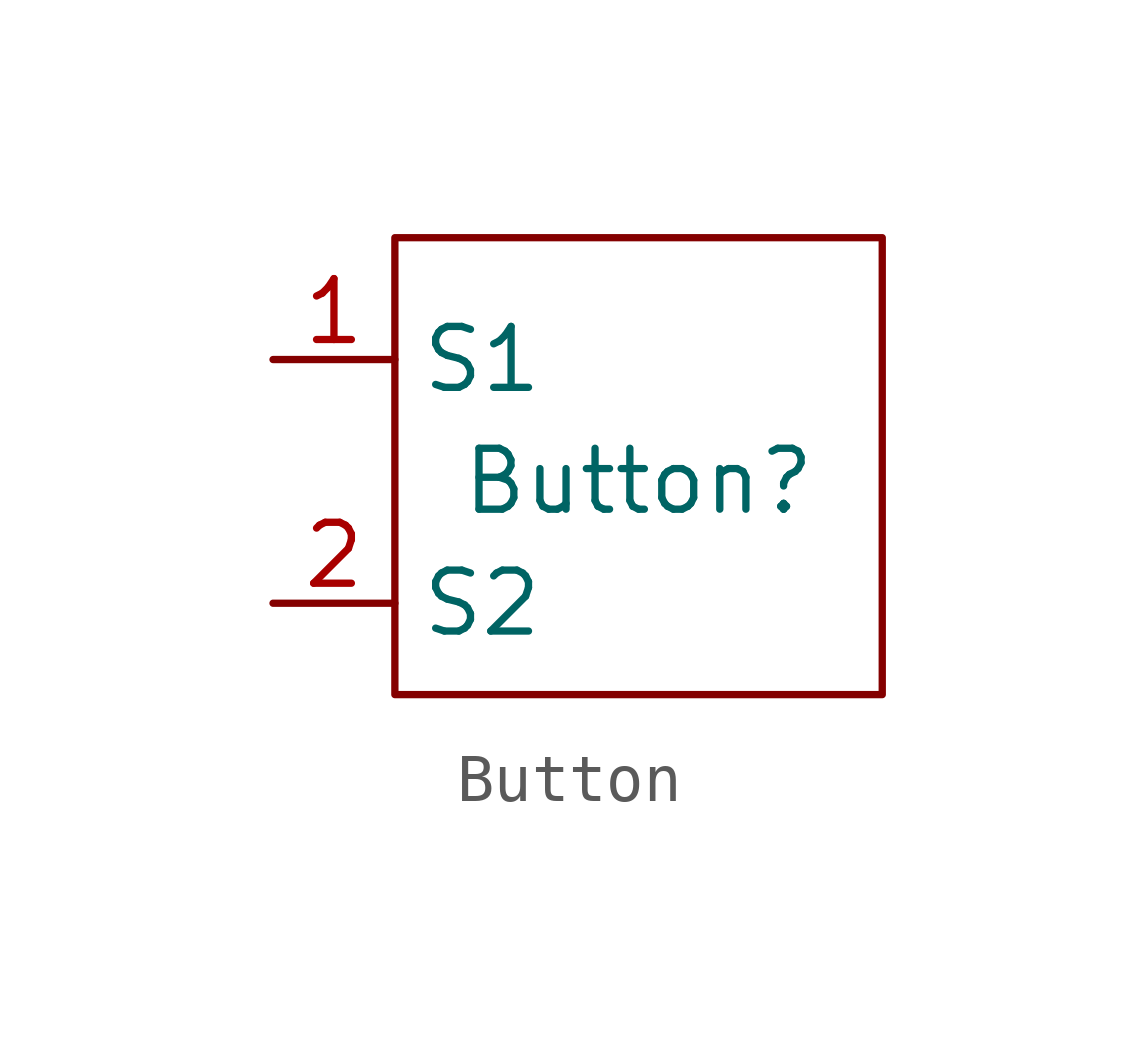
<source format=kicad_sym>
(kicad_symbol_lib
  (version 20241209)
  (generator "kicad_symbol_editor")
  (generator_version "9.0")
  (symbol "Button"
    (property "Reference" "Button"
      (at 0 0 0)
      (effects (font (size 1.27 1.27))))
    (property "Value" ""
      (at 0 0 0)
      (effects (font (size 1.27 1.27))))
    (symbol "Button_0_1"
      (rectangle (start -5.08 5.08) (end 5.08 -4.445) (stroke (width 0) (type default)) (fill (type none))))
    (symbol "Button_1_1"
      (pin bidirectional line (at -7.62 2.54 0) (length 2.54) (name "S1" (effects (font (size 1.27 1.27)))) (number "1" (effects (font (size 1.27 1.27)))))
      (pin bidirectional line (at -7.62 -2.54 0) (length 2.54) (name "S2" (effects (font (size 1.27 1.27)))) (number "2" (effects (font (size 1.27 1.27))))))))
</source>
